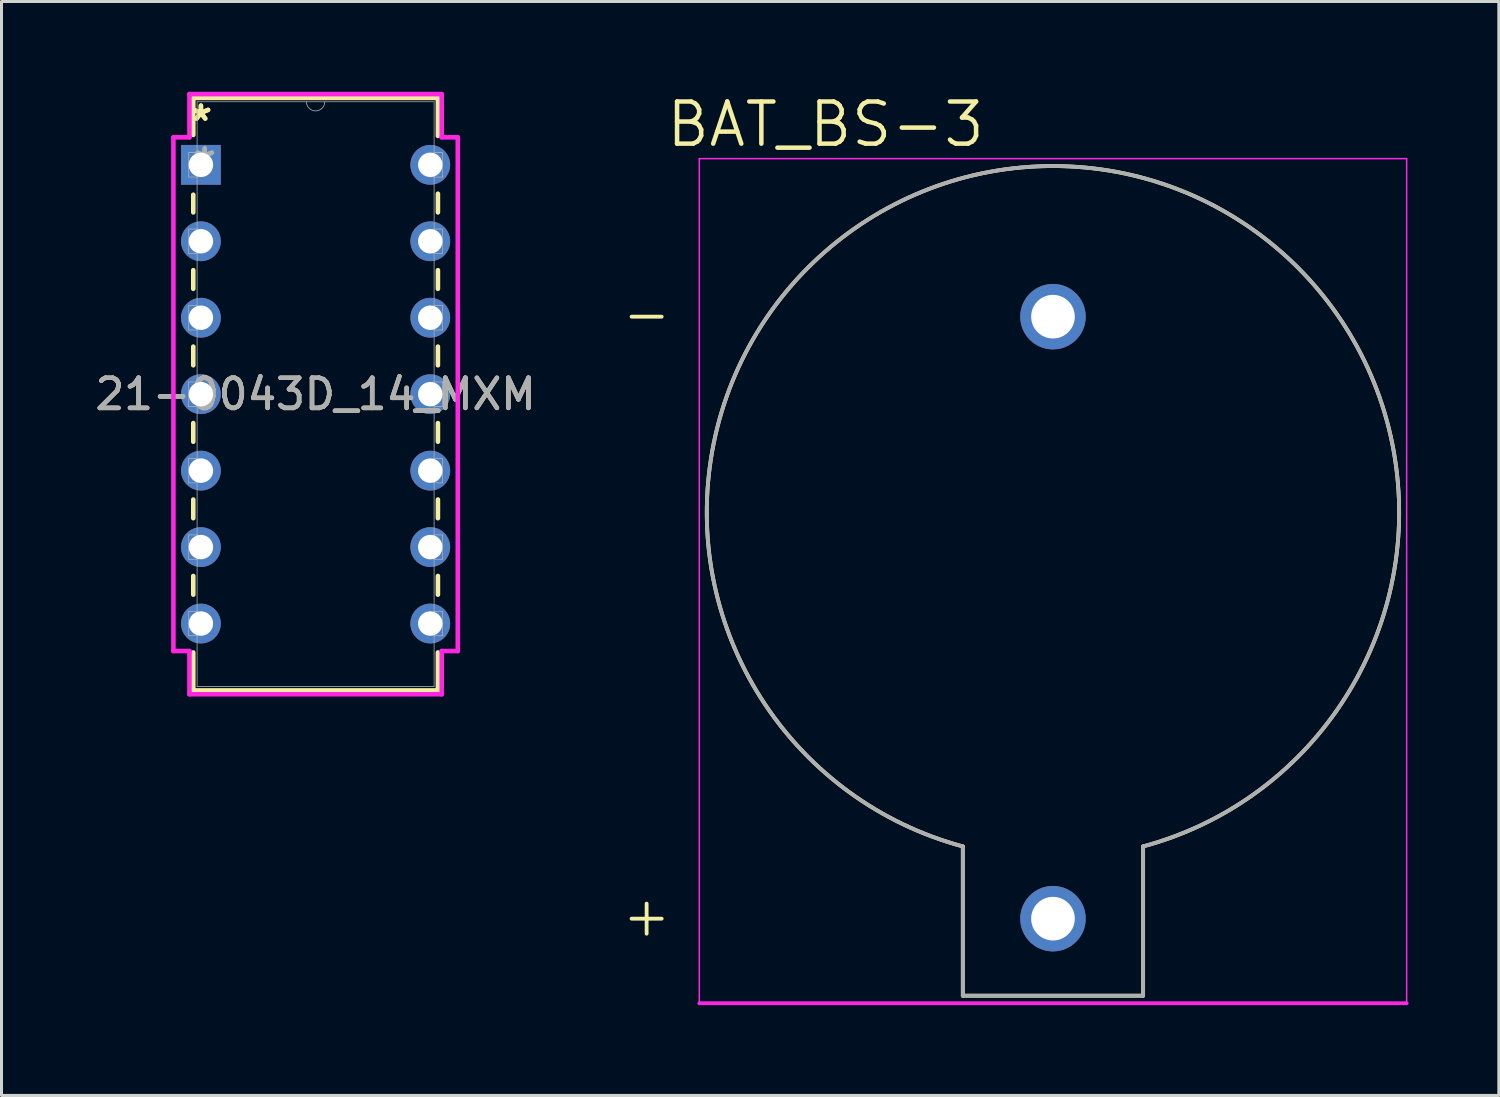
<source format=kicad_pcb>
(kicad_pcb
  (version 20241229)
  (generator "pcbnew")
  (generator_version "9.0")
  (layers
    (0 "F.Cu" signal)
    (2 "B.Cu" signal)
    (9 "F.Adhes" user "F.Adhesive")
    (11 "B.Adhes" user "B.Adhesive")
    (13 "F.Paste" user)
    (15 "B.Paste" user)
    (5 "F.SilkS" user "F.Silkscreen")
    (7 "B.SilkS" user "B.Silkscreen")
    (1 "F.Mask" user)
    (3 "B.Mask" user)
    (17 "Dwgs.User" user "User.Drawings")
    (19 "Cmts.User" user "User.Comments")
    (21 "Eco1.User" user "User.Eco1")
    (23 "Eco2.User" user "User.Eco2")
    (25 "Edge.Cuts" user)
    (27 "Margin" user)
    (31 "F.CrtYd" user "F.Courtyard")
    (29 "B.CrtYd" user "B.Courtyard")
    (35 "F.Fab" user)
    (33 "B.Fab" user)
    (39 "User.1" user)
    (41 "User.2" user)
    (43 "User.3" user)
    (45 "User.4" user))
  (footprint "BAT_BS-3"
    (layer "F.Cu")
    (at 31.933 13.971)
    (property "Reference" "BAT_BS-3" (at -7.555 -12.889 0) (layer "F.SilkS") (effects (font (size 1.4 1.4) (thickness 0.15))))
    (attr through_hole)
    (fp_line (start -14 -6.5) (end -13 -6.5) (stroke (width 0.127) (type solid)) (layer "F.SilkS"))
    (fp_line (start -14 13.5) (end -13 13.5) (stroke (width 0.127) (type solid)) (layer "F.SilkS"))
    (fp_line (start -13.5 13) (end -13.5 14) (stroke (width 0.127) (type solid)) (layer "F.SilkS"))
    (fp_line (start -2.995 11.1) (end -2.995 16.06) (stroke (width 0.127) (type solid)) (layer "F.SilkS"))
    (fp_line (start -2.995 16.06) (end 2.995 16.06) (stroke (width 0.127) (type solid)) (layer "F.SilkS"))
    (fp_line (start 2.995 16.06) (end 2.995 11.1) (stroke (width 0.127) (type solid)) (layer "F.SilkS"))
    (fp_arc (start -2.995 11.1) (mid 0 -11.504457) (end 2.995 11.1) (stroke (width 0.127) (type solid)) (layer "F.SilkS"))
    (fp_line (start -11.75 -11.75) (end -11.75 16.31) (stroke (width 0.05) (type solid)) (layer "F.CrtYd"))
    (fp_line (start -11.75 16.31) (end 11.75 16.31) (stroke (width 0.127) (type solid)) (layer "F.CrtYd"))
    (fp_line (start 11.75 -11.75) (end -11.75 -11.75) (stroke (width 0.05) (type solid)) (layer "F.CrtYd"))
    (fp_line (start 11.75 16.31) (end 11.75 -11.75) (stroke (width 0.05) (type solid)) (layer "F.CrtYd"))
    (fp_line (start -2.995 11.1) (end -2.995 16.06) (stroke (width 0.127) (type solid)) (layer "F.Fab"))
    (fp_line (start -2.995 16.06) (end 2.995 16.06) (stroke (width 0.127) (type solid)) (layer "F.Fab"))
    (fp_line (start 2.995 16.06) (end 2.995 11.1) (stroke (width 0.127) (type solid)) (layer "F.Fab"))
    (fp_arc (start -2.995 11.1) (mid 0 -11.504457) (end 2.995 11.1) (stroke (width 0.127) (type solid)) (layer "F.Fab"))
    (pad "+" thru_hole circle (at 0 13.5) (size 2.175 2.175) (drill 1.45) (layers "*.Cu" "*.Mask"))
    (pad "-" thru_hole circle (at 0 -6.5) (size 2.175 2.175) (drill 1.45) (layers "*.Cu" "*.Mask")))
  (footprint "21-0043D_14_MXM"
    (layer "F.Cu")
    (at 3.625 2.426)
    (property "Reference" "21-0043D_14_MXM" (at 3.81 7.62 0) (unlocked yes) (layer "F.SilkS") (effects (font (size 1 1) (thickness 0.15))))
    (attr through_hole)
    (fp_line (start -0.254 -2.223) (end -0.254 -0.993) (stroke (width 0.152) (type solid)) (layer "F.SilkS"))
    (fp_line (start -0.254 0.993) (end -0.254 1.58) (stroke (width 0.152) (type solid)) (layer "F.SilkS"))
    (fp_line (start -0.254 3.5) (end -0.254 4.12) (stroke (width 0.152) (type solid)) (layer "F.SilkS"))
    (fp_line (start -0.254 6.04) (end -0.254 6.66) (stroke (width 0.152) (type solid)) (layer "F.SilkS"))
    (fp_line (start -0.254 8.58) (end -0.254 9.2) (stroke (width 0.152) (type solid)) (layer "F.SilkS"))
    (fp_line (start -0.254 11.12) (end -0.254 11.74) (stroke (width 0.152) (type solid)) (layer "F.SilkS"))
    (fp_line (start -0.254 13.66) (end -0.254 14.28) (stroke (width 0.152) (type solid)) (layer "F.SilkS"))
    (fp_line (start -0.254 16.2) (end -0.254 17.462) (stroke (width 0.152) (type solid)) (layer "F.SilkS"))
    (fp_line (start -0.254 17.462) (end 7.874 17.462) (stroke (width 0.152) (type solid)) (layer "F.SilkS"))
    (fp_line (start 7.874 -2.223) (end -0.254 -2.223) (stroke (width 0.152) (type solid)) (layer "F.SilkS"))
    (fp_line (start 7.874 -0.96) (end 7.874 -2.223) (stroke (width 0.152) (type solid)) (layer "F.SilkS"))
    (fp_line (start 7.874 1.58) (end 7.874 0.96) (stroke (width 0.152) (type solid)) (layer "F.SilkS"))
    (fp_line (start 7.874 4.12) (end 7.874 3.5) (stroke (width 0.152) (type solid)) (layer "F.SilkS"))
    (fp_line (start 7.874 6.66) (end 7.874 6.04) (stroke (width 0.152) (type solid)) (layer "F.SilkS"))
    (fp_line (start 7.874 9.2) (end 7.874 8.58) (stroke (width 0.152) (type solid)) (layer "F.SilkS"))
    (fp_line (start 7.874 11.74) (end 7.874 11.12) (stroke (width 0.152) (type solid)) (layer "F.SilkS"))
    (fp_line (start 7.874 14.28) (end 7.874 13.66) (stroke (width 0.152) (type solid)) (layer "F.SilkS"))
    (fp_line (start 7.874 17.462) (end 7.874 16.2) (stroke (width 0.152) (type solid)) (layer "F.SilkS"))
    (fp_line (start -0.914 -0.914) (end -0.381 -0.914) (stroke (width 0.152) (type solid)) (layer "F.CrtYd"))
    (fp_line (start -0.914 16.154) (end -0.914 -0.914) (stroke (width 0.152) (type solid)) (layer "F.CrtYd"))
    (fp_line (start -0.381 -2.349) (end 8.001 -2.349) (stroke (width 0.152) (type solid)) (layer "F.CrtYd"))
    (fp_line (start -0.381 -0.914) (end -0.381 -2.349) (stroke (width 0.152) (type solid)) (layer "F.CrtYd"))
    (fp_line (start -0.381 16.154) (end -0.914 16.154) (stroke (width 0.152) (type solid)) (layer "F.CrtYd"))
    (fp_line (start -0.381 17.59) (end -0.381 16.154) (stroke (width 0.152) (type solid)) (layer "F.CrtYd"))
    (fp_line (start 8.001 -2.349) (end 8.001 -0.914) (stroke (width 0.152) (type solid)) (layer "F.CrtYd"))
    (fp_line (start 8.001 16.154) (end 8.001 17.59) (stroke (width 0.152) (type solid)) (layer "F.CrtYd"))
    (fp_line (start 8.001 17.59) (end -0.381 17.59) (stroke (width 0.152) (type solid)) (layer "F.CrtYd"))
    (fp_line (start 8.534 -0.914) (end 8.001 -0.914) (stroke (width 0.152) (type solid)) (layer "F.CrtYd"))
    (fp_line (start 8.534 -0.914) (end 8.534 16.154) (stroke (width 0.152) (type solid)) (layer "F.CrtYd"))
    (fp_line (start 8.534 16.154) (end 8.001 16.154) (stroke (width 0.152) (type solid)) (layer "F.CrtYd"))
    (fp_line (start -0.406 -0.406) (end -0.406 0.406) (stroke (width 0.025) (type solid)) (layer "F.Fab"))
    (fp_line (start -0.406 0.406) (end -0.127 0.406) (stroke (width 0.025) (type solid)) (layer "F.Fab"))
    (fp_line (start -0.406 2.134) (end -0.406 2.946) (stroke (width 0.025) (type solid)) (layer "F.Fab"))
    (fp_line (start -0.406 2.946) (end -0.127 2.946) (stroke (width 0.025) (type solid)) (layer "F.Fab"))
    (fp_line (start -0.406 4.674) (end -0.406 5.486) (stroke (width 0.025) (type solid)) (layer "F.Fab"))
    (fp_line (start -0.406 5.486) (end -0.127 5.486) (stroke (width 0.025) (type solid)) (layer "F.Fab"))
    (fp_line (start -0.406 7.214) (end -0.406 8.026) (stroke (width 0.025) (type solid)) (layer "F.Fab"))
    (fp_line (start -0.406 8.026) (end -0.127 8.026) (stroke (width 0.025) (type solid)) (layer "F.Fab"))
    (fp_line (start -0.406 9.754) (end -0.406 10.566) (stroke (width 0.025) (type solid)) (layer "F.Fab"))
    (fp_line (start -0.406 10.566) (end -0.127 10.566) (stroke (width 0.025) (type solid)) (layer "F.Fab"))
    (fp_line (start -0.406 12.294) (end -0.406 13.106) (stroke (width 0.025) (type solid)) (layer "F.Fab"))
    (fp_line (start -0.406 13.106) (end -0.127 13.106) (stroke (width 0.025) (type solid)) (layer "F.Fab"))
    (fp_line (start -0.406 14.834) (end -0.406 15.646) (stroke (width 0.025) (type solid)) (layer "F.Fab"))
    (fp_line (start -0.406 15.646) (end -0.127 15.646) (stroke (width 0.025) (type solid)) (layer "F.Fab"))
    (fp_line (start -0.127 -2.095) (end -0.127 17.335) (stroke (width 0.025) (type solid)) (layer "F.Fab"))
    (fp_line (start -0.127 -0.406) (end -0.406 -0.406) (stroke (width 0.025) (type solid)) (layer "F.Fab"))
    (fp_line (start -0.127 0.406) (end -0.127 -0.406) (stroke (width 0.025) (type solid)) (layer "F.Fab"))
    (fp_line (start -0.127 2.134) (end -0.406 2.134) (stroke (width 0.025) (type solid)) (layer "F.Fab"))
    (fp_line (start -0.127 2.946) (end -0.127 2.134) (stroke (width 0.025) (type solid)) (layer "F.Fab"))
    (fp_line (start -0.127 4.674) (end -0.406 4.674) (stroke (width 0.025) (type solid)) (layer "F.Fab"))
    (fp_line (start -0.127 5.486) (end -0.127 4.674) (stroke (width 0.025) (type solid)) (layer "F.Fab"))
    (fp_line (start -0.127 7.214) (end -0.406 7.214) (stroke (width 0.025) (type solid)) (layer "F.Fab"))
    (fp_line (start -0.127 8.026) (end -0.127 7.214) (stroke (width 0.025) (type solid)) (layer "F.Fab"))
    (fp_line (start -0.127 9.754) (end -0.406 9.754) (stroke (width 0.025) (type solid)) (layer "F.Fab"))
    (fp_line (start -0.127 10.566) (end -0.127 9.754) (stroke (width 0.025) (type solid)) (layer "F.Fab"))
    (fp_line (start -0.127 12.294) (end -0.406 12.294) (stroke (width 0.025) (type solid)) (layer "F.Fab"))
    (fp_line (start -0.127 13.106) (end -0.127 12.294) (stroke (width 0.025) (type solid)) (layer "F.Fab"))
    (fp_line (start -0.127 14.834) (end -0.406 14.834) (stroke (width 0.025) (type solid)) (layer "F.Fab"))
    (fp_line (start -0.127 15.646) (end -0.127 14.834) (stroke (width 0.025) (type solid)) (layer "F.Fab"))
    (fp_line (start -0.127 17.335) (end 7.747 17.335) (stroke (width 0.025) (type solid)) (layer "F.Fab"))
    (fp_line (start 7.747 -2.095) (end -0.127 -2.095) (stroke (width 0.025) (type solid)) (layer "F.Fab"))
    (fp_line (start 7.747 -0.406) (end 7.747 0.406) (stroke (width 0.025) (type solid)) (layer "F.Fab"))
    (fp_line (start 7.747 0.406) (end 8.026 0.406) (stroke (width 0.025) (type solid)) (layer "F.Fab"))
    (fp_line (start 7.747 2.134) (end 7.747 2.946) (stroke (width 0.025) (type solid)) (layer "F.Fab"))
    (fp_line (start 7.747 2.946) (end 8.026 2.946) (stroke (width 0.025) (type solid)) (layer "F.Fab"))
    (fp_line (start 7.747 4.674) (end 7.747 5.486) (stroke (width 0.025) (type solid)) (layer "F.Fab"))
    (fp_line (start 7.747 5.486) (end 8.026 5.486) (stroke (width 0.025) (type solid)) (layer "F.Fab"))
    (fp_line (start 7.747 7.214) (end 7.747 8.026) (stroke (width 0.025) (type solid)) (layer "F.Fab"))
    (fp_line (start 7.747 8.026) (end 8.026 8.026) (stroke (width 0.025) (type solid)) (layer "F.Fab"))
    (fp_line (start 7.747 9.754) (end 7.747 10.566) (stroke (width 0.025) (type solid)) (layer "F.Fab"))
    (fp_line (start 7.747 10.566) (end 8.026 10.566) (stroke (width 0.025) (type solid)) (layer "F.Fab"))
    (fp_line (start 7.747 12.294) (end 7.747 13.106) (stroke (width 0.025) (type solid)) (layer "F.Fab"))
    (fp_line (start 7.747 13.106) (end 8.026 13.106) (stroke (width 0.025) (type solid)) (layer "F.Fab"))
    (fp_line (start 7.747 14.834) (end 7.747 15.646) (stroke (width 0.025) (type solid)) (layer "F.Fab"))
    (fp_line (start 7.747 15.646) (end 8.026 15.646) (stroke (width 0.025) (type solid)) (layer "F.Fab"))
    (fp_line (start 7.747 17.335) (end 7.747 -2.095) (stroke (width 0.025) (type solid)) (layer "F.Fab"))
    (fp_line (start 8.026 -0.406) (end 7.747 -0.406) (stroke (width 0.025) (type solid)) (layer "F.Fab"))
    (fp_line (start 8.026 0.406) (end 8.026 -0.406) (stroke (width 0.025) (type solid)) (layer "F.Fab"))
    (fp_line (start 8.026 2.134) (end 7.747 2.134) (stroke (width 0.025) (type solid)) (layer "F.Fab"))
    (fp_line (start 8.026 2.946) (end 8.026 2.134) (stroke (width 0.025) (type solid)) (layer "F.Fab"))
    (fp_line (start 8.026 4.674) (end 7.747 4.674) (stroke (width 0.025) (type solid)) (layer "F.Fab"))
    (fp_line (start 8.026 5.486) (end 8.026 4.674) (stroke (width 0.025) (type solid)) (layer "F.Fab"))
    (fp_line (start 8.026 7.214) (end 7.747 7.214) (stroke (width 0.025) (type solid)) (layer "F.Fab"))
    (fp_line (start 8.026 8.026) (end 8.026 7.214) (stroke (width 0.025) (type solid)) (layer "F.Fab"))
    (fp_line (start 8.026 9.754) (end 7.747 9.754) (stroke (width 0.025) (type solid)) (layer "F.Fab"))
    (fp_line (start 8.026 10.566) (end 8.026 9.754) (stroke (width 0.025) (type solid)) (layer "F.Fab"))
    (fp_line (start 8.026 12.294) (end 7.747 12.294) (stroke (width 0.025) (type solid)) (layer "F.Fab"))
    (fp_line (start 8.026 13.106) (end 8.026 12.294) (stroke (width 0.025) (type solid)) (layer "F.Fab"))
    (fp_line (start 8.026 14.834) (end 7.747 14.834) (stroke (width 0.025) (type solid)) (layer "F.Fab"))
    (fp_line (start 8.026 15.646) (end 8.026 14.834) (stroke (width 0.025) (type solid)) (layer "F.Fab"))
    (fp_arc (start 4.1148 -2.0955) (mid 3.81 -1.7907) (end 3.5052 -2.0955) (stroke (width 0.0254) (type solid)) (layer "F.Fab"))
    (fp_text user "*" (at 0 -1.422 0) (layer "F.SilkS") (effects (font (size 1 1) (thickness 0.15))))
    (fp_text user "*" (at 0 -1.422 0) (unlocked yes) (layer "F.SilkS") (effects (font (size 1 1) (thickness 0.15))))
    (fp_text user "*" (at 0.127 0 0) (layer "F.Fab") (effects (font (size 1 1) (thickness 0.15))))
    (fp_text user "*" (at 0.127 0 0) (unlocked yes) (layer "F.Fab") (effects (font (size 1 1) (thickness 0.15))))
    (fp_text user "${REFERENCE}" (at 3.81 7.62 0) (unlocked yes) (layer "F.Fab") (effects (font (size 1 1) (thickness 0.15))))
    (pad "1" thru_hole rect (at 0 0) (size 1.321 1.321) (drill 0.813) (layers "*.Cu" "*.Mask"))
    (pad "2" thru_hole circle (at 0 2.54) (size 1.321 1.321) (drill 0.813) (layers "*.Cu" "*.Mask"))
    (pad "3" thru_hole circle (at 0 5.08) (size 1.321 1.321) (drill 0.813) (layers "*.Cu" "*.Mask"))
    (pad "4" thru_hole circle (at 0 7.62) (size 1.321 1.321) (drill 0.813) (layers "*.Cu" "*.Mask"))
    (pad "5" thru_hole circle (at 0 10.16) (size 1.321 1.321) (drill 0.813) (layers "*.Cu" "*.Mask"))
    (pad "6" thru_hole circle (at 0 12.7) (size 1.321 1.321) (drill 0.813) (layers "*.Cu" "*.Mask"))
    (pad "7" thru_hole circle (at 0 15.24) (size 1.321 1.321) (drill 0.813) (layers "*.Cu" "*.Mask"))
    (pad "8" thru_hole circle (at 7.62 15.24) (size 1.321 1.321) (drill 0.813) (layers "*.Cu" "*.Mask"))
    (pad "9" thru_hole circle (at 7.62 12.7) (size 1.321 1.321) (drill 0.813) (layers "*.Cu" "*.Mask"))
    (pad "10" thru_hole circle (at 7.62 10.16) (size 1.321 1.321) (drill 0.813) (layers "*.Cu" "*.Mask"))
    (pad "11" thru_hole circle (at 7.62 7.62) (size 1.321 1.321) (drill 0.813) (layers "*.Cu" "*.Mask"))
    (pad "12" thru_hole circle (at 7.62 5.08) (size 1.321 1.321) (drill 0.813) (layers "*.Cu" "*.Mask"))
    (pad "13" thru_hole circle (at 7.62 2.54) (size 1.321 1.321) (drill 0.813) (layers "*.Cu" "*.Mask"))
    (pad "14" thru_hole circle (at 7.62 0) (size 1.321 1.321) (drill 0.813) (layers "*.Cu" "*.Mask")))
  (gr_rect
    (start -3 -3)
    (end 46.746 33.345)
    (stroke (width 0.1) (type default))
    (fill no)
    (layer "Edge.Cuts")))
</source>
